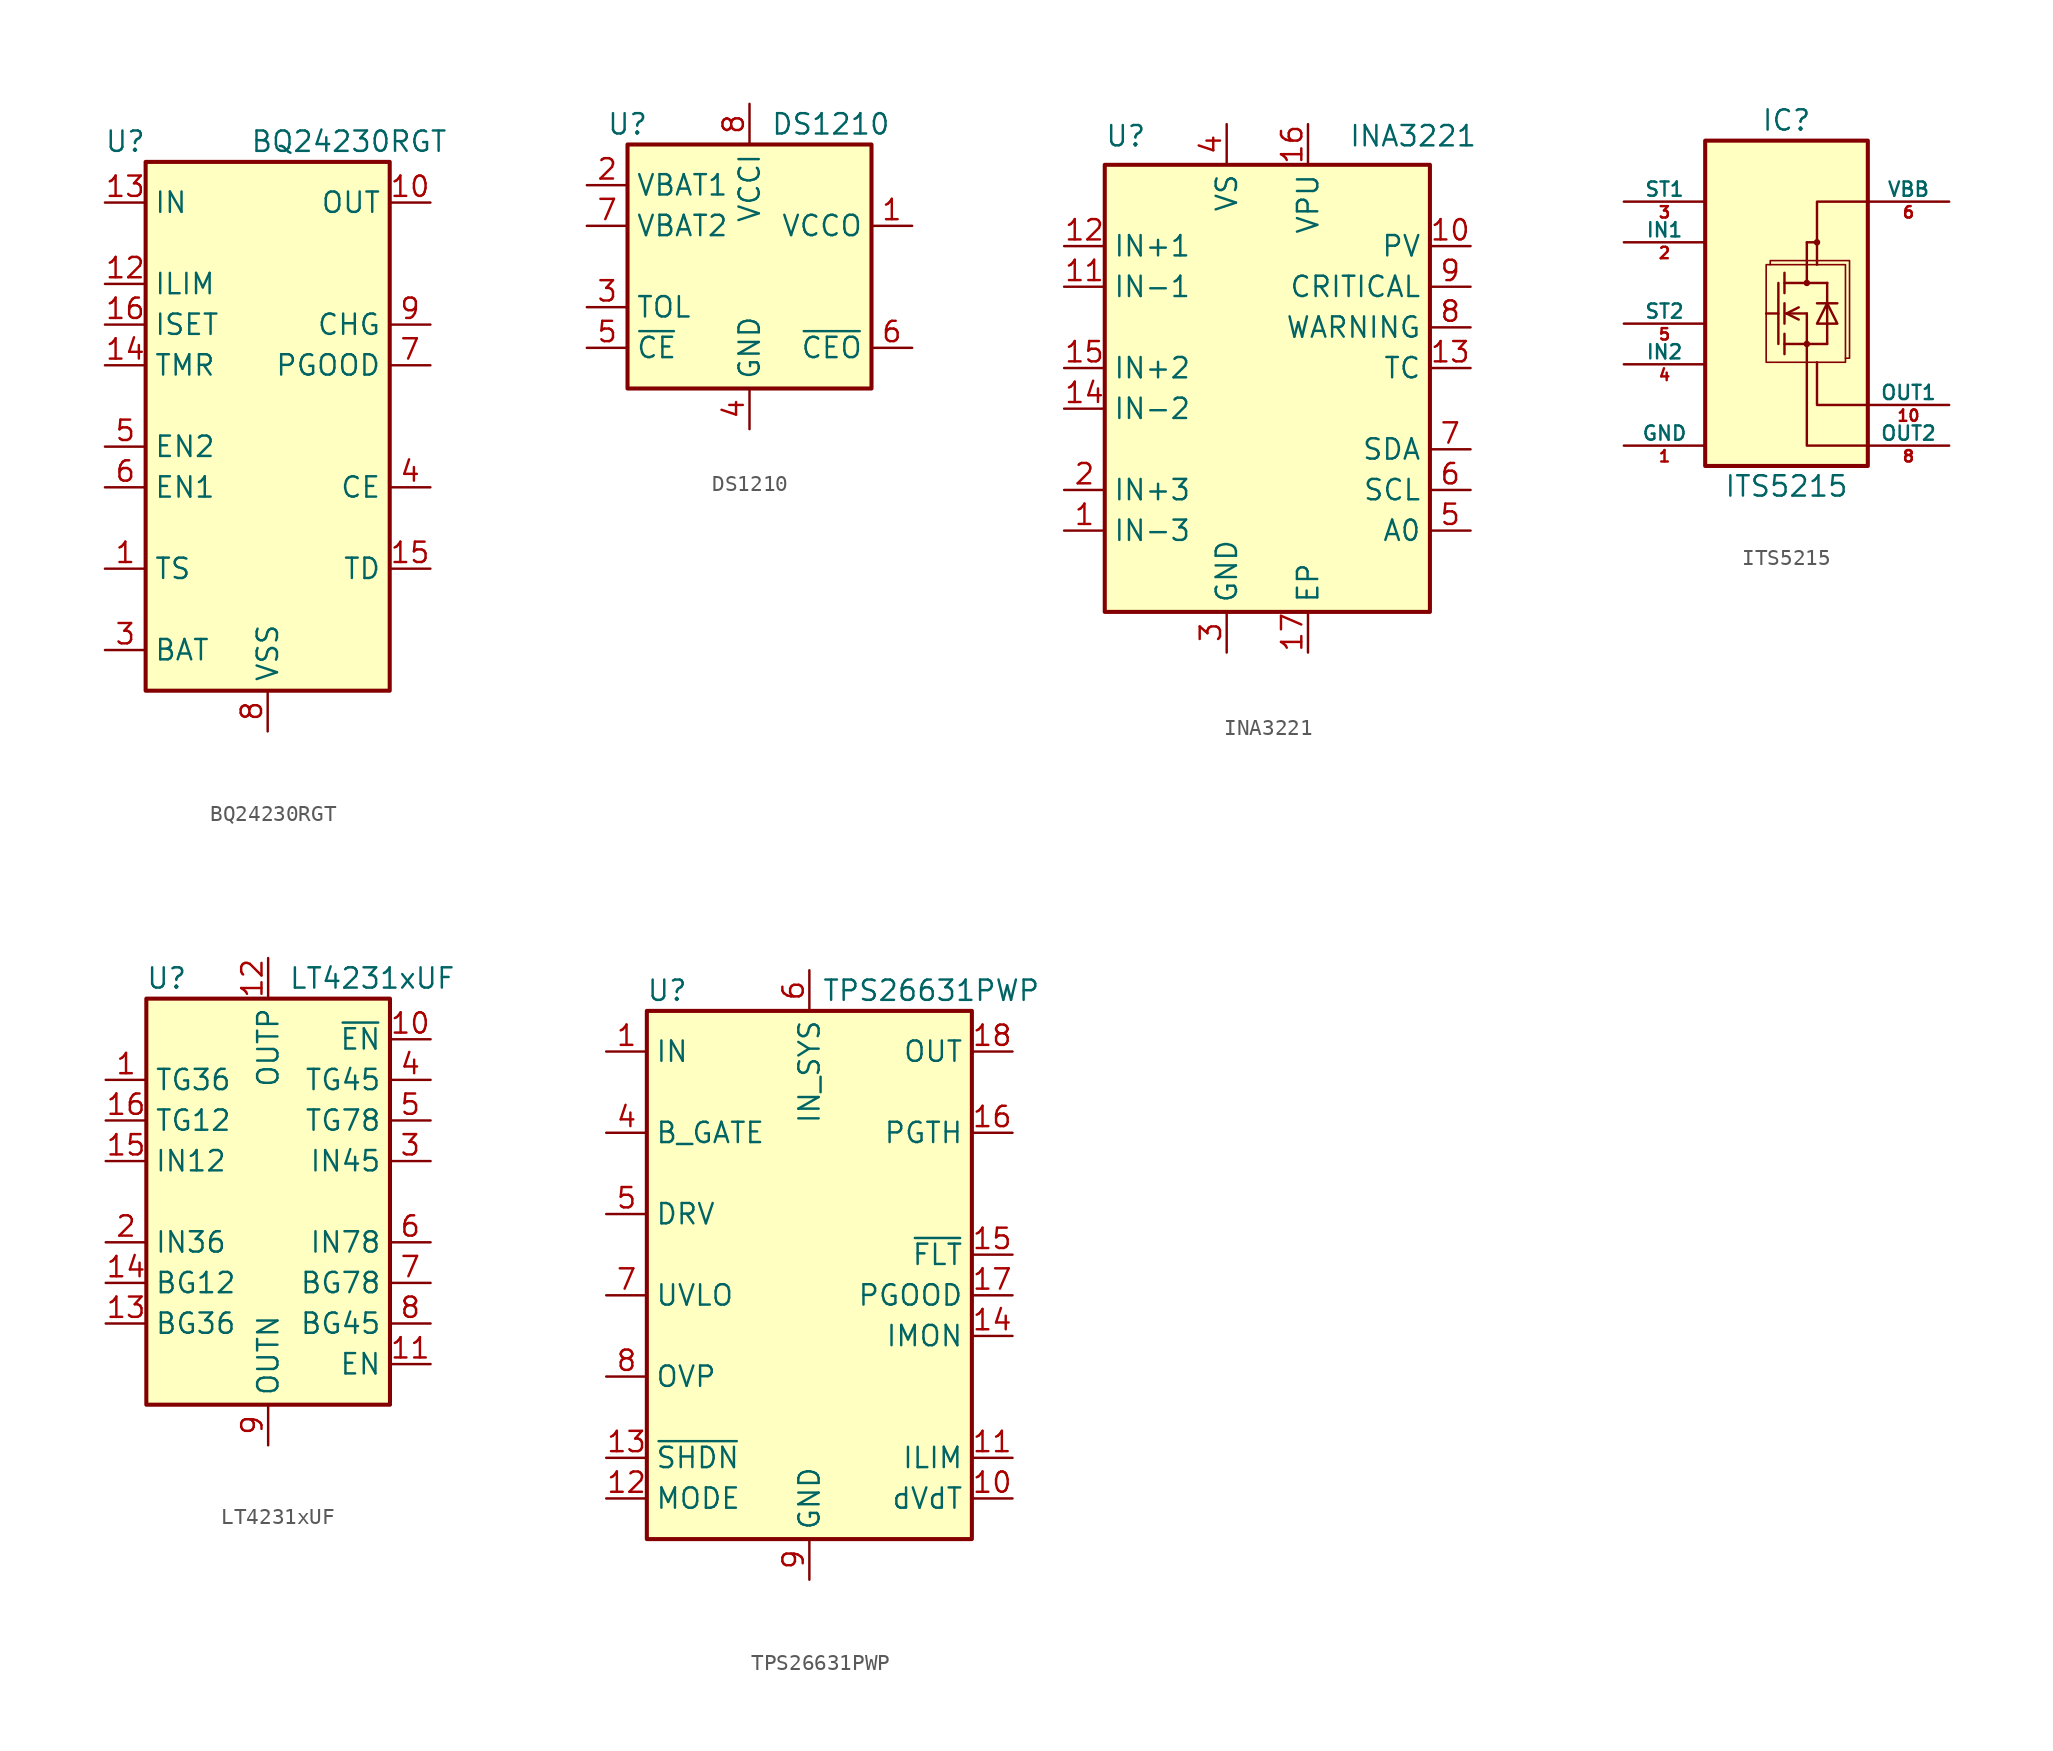
<source format=kicad_sym>
(kicad_symbol_lib
  (version 20201005)
  (generator kicad_symbol_editor)
  (symbol "Power_Management:BQ24230RGT"
    (property "Reference" "U"
      (at -8.89 19.05 0)
      (effects (font (size 1.27 1.27))))
    (property "Value" "BQ24230RGT"
      (at 5.08 19.05 0)
      (effects (font (size 1.27 1.27))))
    (symbol "BQ24230RGT_0_1"
      (rectangle (start -7.62 17.78) (end 7.62 -15.24) (stroke (width 0.254)) (fill (type background))))
    (symbol "BQ24230RGT_1_1"
      (pin passive line (at -10.16 -7.62 0) (length 2.54) (name "TS" (effects (font (size 1.27 1.27)))) (number "1" (effects (font (size 1.27 1.27)))))
      (pin power_out line (at 10.16 15.24 180) (length 2.54) (name "OUT" (effects (font (size 1.27 1.27)))) (number "10" (effects (font (size 1.27 1.27)))))
      (pin passive line (at 10.16 15.24 180) (length 2.54) hide (name "OUT" (effects (font (size 1.27 1.27)))) (number "11" (effects (font (size 1.27 1.27)))))
      (pin passive line (at -10.16 10.16 0) (length 2.54) (name "ILIM" (effects (font (size 1.27 1.27)))) (number "12" (effects (font (size 1.27 1.27)))))
      (pin power_in line (at -10.16 15.24 0) (length 2.54) (name "IN" (effects (font (size 1.27 1.27)))) (number "13" (effects (font (size 1.27 1.27)))))
      (pin passive line (at -10.16 5.08 0) (length 2.54) (name "TMR" (effects (font (size 1.27 1.27)))) (number "14" (effects (font (size 1.27 1.27)))))
      (pin input line (at 10.16 -7.62 180) (length 2.54) (name "TD" (effects (font (size 1.27 1.27)))) (number "15" (effects (font (size 1.27 1.27)))))
      (pin passive line (at -10.16 7.62 0) (length 2.54) (name "ISET" (effects (font (size 1.27 1.27)))) (number "16" (effects (font (size 1.27 1.27)))))
      (pin passive line (at 0 -17.78 90) (length 2.54) hide (name "VSS" (effects (font (size 1.27 1.27)))) (number "17" (effects (font (size 1.27 1.27)))))
      (pin bidirectional line (at -10.16 -12.7 0) (length 2.54) hide (name "BAT" (effects (font (size 1.27 1.27)))) (number "2" (effects (font (size 1.27 1.27)))))
      (pin bidirectional line (at -10.16 -12.7 0) (length 2.54) (name "BAT" (effects (font (size 1.27 1.27)))) (number "3" (effects (font (size 1.27 1.27)))))
      (pin input line (at 10.16 -2.54 180) (length 2.54) (name "CE" (effects (font (size 1.27 1.27)))) (number "4" (effects (font (size 1.27 1.27)))))
      (pin input line (at -10.16 0 0) (length 2.54) (name "EN2" (effects (font (size 1.27 1.27)))) (number "5" (effects (font (size 1.27 1.27)))))
      (pin input line (at -10.16 -2.54 0) (length 2.54) (name "EN1" (effects (font (size 1.27 1.27)))) (number "6" (effects (font (size 1.27 1.27)))))
      (pin open_collector line (at 10.16 5.08 180) (length 2.54) (name "PGOOD" (effects (font (size 1.27 1.27)))) (number "7" (effects (font (size 1.27 1.27)))))
      (pin power_in line (at 0 -17.78 90) (length 2.54) (name "VSS" (effects (font (size 1.27 1.27)))) (number "8" (effects (font (size 1.27 1.27)))))
      (pin open_collector line (at 10.16 7.62 180) (length 2.54) (name "CHG" (effects (font (size 1.27 1.27)))) (number "9" (effects (font (size 1.27 1.27)))))))
  (symbol "Power_Management:DS1210"
    (property "Reference" "U"
      (at -7.62 8.89 0)
      (effects (font (size 1.27 1.27))))
    (property "Value" "DS1210"
      (at 5.08 8.89 0)
      (effects (font (size 1.27 1.27))))
    (symbol "DS1210_0_1"
      (rectangle (start -7.62 7.62) (end 7.62 -7.62) (stroke (width 0.254)) (fill (type background))))
    (symbol "DS1210_1_1"
      (pin power_out line (at 10.16 2.54 180) (length 2.54) (name "VCCO" (effects (font (size 1.27 1.27)))) (number "1" (effects (font (size 1.27 1.27)))))
      (pin power_in line (at -10.16 5.08 0) (length 2.54) (name "VBAT1" (effects (font (size 1.27 1.27)))) (number "2" (effects (font (size 1.27 1.27)))))
      (pin input line (at -10.16 -2.54 0) (length 2.54) (name "TOL" (effects (font (size 1.27 1.27)))) (number "3" (effects (font (size 1.27 1.27)))))
      (pin power_in line (at 0 -10.16 90) (length 2.54) (name "GND" (effects (font (size 1.27 1.27)))) (number "4" (effects (font (size 1.27 1.27)))))
      (pin input line (at -10.16 -5.08 0) (length 2.54) (name "~CE" (effects (font (size 1.27 1.27)))) (number "5" (effects (font (size 1.27 1.27)))))
      (pin output line (at 10.16 -5.08 180) (length 2.54) (name "~CEO" (effects (font (size 1.27 1.27)))) (number "6" (effects (font (size 1.27 1.27)))))
      (pin power_in line (at -10.16 2.54 0) (length 2.54) (name "VBAT2" (effects (font (size 1.27 1.27)))) (number "7" (effects (font (size 1.27 1.27)))))
      (pin power_in line (at 0 10.16 270) (length 2.54) (name "VCCI" (effects (font (size 1.27 1.27)))) (number "8" (effects (font (size 1.27 1.27)))))))
  (symbol "Power_Management:INA3221"
    (property "Reference" "U"
      (at -10.16 17.78 0)
      (effects (font (size 1.27 1.27)) (justify left top)))
    (property "Value" "INA3221"
      (at 5.08 17.78 0)
      (effects (font (size 1.27 1.27)) (justify left top)))
    (symbol "INA3221_0_1"
      (rectangle (start 10.16 -12.7) (end -10.16 15.24) (stroke (width 0.254)) (fill (type background))))
    (symbol "INA3221_1_1"
      (pin input line (at -12.7 -7.62 0) (length 2.54) (name "IN-3" (effects (font (size 1.27 1.27)))) (number "1" (effects (font (size 1.27 1.27)))))
      (pin open_collector line (at 12.7 10.16 180) (length 2.54) (name "PV" (effects (font (size 1.27 1.27)))) (number "10" (effects (font (size 1.27 1.27)))))
      (pin input line (at -12.7 7.62 0) (length 2.54) (name "IN-1" (effects (font (size 1.27 1.27)))) (number "11" (effects (font (size 1.27 1.27)))))
      (pin input line (at -12.7 10.16 0) (length 2.54) (name "IN+1" (effects (font (size 1.27 1.27)))) (number "12" (effects (font (size 1.27 1.27)))))
      (pin open_collector line (at 12.7 2.54 180) (length 2.54) (name "TC" (effects (font (size 1.27 1.27)))) (number "13" (effects (font (size 1.27 1.27)))))
      (pin input line (at -12.7 0 0) (length 2.54) (name "IN-2" (effects (font (size 1.27 1.27)))) (number "14" (effects (font (size 1.27 1.27)))))
      (pin input line (at -12.7 2.54 0) (length 2.54) (name "IN+2" (effects (font (size 1.27 1.27)))) (number "15" (effects (font (size 1.27 1.27)))))
      (pin power_in line (at 2.54 17.78 270) (length 2.54) (name "VPU" (effects (font (size 1.27 1.27)))) (number "16" (effects (font (size 1.27 1.27)))))
      (pin passive line (at 2.54 -15.24 90) (length 2.54) (name "EP" (effects (font (size 1.27 1.27)))) (number "17" (effects (font (size 1.27 1.27)))))
      (pin input line (at -12.7 -5.08 0) (length 2.54) (name "IN+3" (effects (font (size 1.27 1.27)))) (number "2" (effects (font (size 1.27 1.27)))))
      (pin power_in line (at -2.54 -15.24 90) (length 2.54) (name "GND" (effects (font (size 1.27 1.27)))) (number "3" (effects (font (size 1.27 1.27)))))
      (pin power_in line (at -2.54 17.78 270) (length 2.54) (name "VS" (effects (font (size 1.27 1.27)))) (number "4" (effects (font (size 1.27 1.27)))))
      (pin input line (at 12.7 -7.62 180) (length 2.54) (name "A0" (effects (font (size 1.27 1.27)))) (number "5" (effects (font (size 1.27 1.27)))))
      (pin input line (at 12.7 -5.08 180) (length 2.54) (name "SCL" (effects (font (size 1.27 1.27)))) (number "6" (effects (font (size 1.27 1.27)))))
      (pin bidirectional line (at 12.7 -2.54 180) (length 2.54) (name "SDA" (effects (font (size 1.27 1.27)))) (number "7" (effects (font (size 1.27 1.27)))))
      (pin open_collector line (at 12.7 5.08 180) (length 2.54) (name "WARNING" (effects (font (size 1.27 1.27)))) (number "8" (effects (font (size 1.27 1.27)))))
      (pin open_collector line (at 12.7 7.62 180) (length 2.54) (name "CRITICAL" (effects (font (size 1.27 1.27)))) (number "9" (effects (font (size 1.27 1.27)))))))
  (symbol "Power_Management:ITS5215"
    (pin_names
      (offset 0))
    (property "Reference" "IC"
      (at 0 12.7 0)
      (effects (font (size 1.27 1.27))))
    (property "Value" "ITS5215"
      (at 0 -10.16 0)
      (effects (font (size 1.27 1.27))))
    (symbol "ITS5215_0_1"
      (circle (center 1.27 -1.27) (radius 0.127) (stroke (width 0.152)) (fill (type none)))
      (circle (center 1.27 2.54) (radius 0.127) (stroke (width 0.152)) (fill (type none)))
      (circle (center 1.905 5.08) (radius 0.127) (stroke (width 0.152)) (fill (type none)))
      (rectangle (start -1.27 3.683) (end 3.683 -2.413) (stroke (width 0.102)) (fill (type none)))
      (rectangle (start -5.08 11.43) (end 5.08 -8.89) (stroke (width 0.254)) (fill (type background)))
      (polyline (pts (xy -1.27 0.635) (xy -0.508 0.635)) (stroke (width 0.152)) (fill (type none)))
      (polyline (pts (xy -0.508 2.54) (xy -0.508 -1.27)) (stroke (width 0.152)) (fill (type none)))
      (polyline (pts (xy -0.127 -1.27) (xy 2.54 -1.27)) (stroke (width 0.152)) (fill (type none)))
      (polyline (pts (xy -0.127 -0.635) (xy -0.127 -1.905)) (stroke (width 0.152)) (fill (type none)))
      (polyline (pts (xy -0.127 1.27) (xy -0.127 0)) (stroke (width 0.152)) (fill (type none)))
      (polyline (pts (xy -0.127 3.175) (xy -0.127 1.905)) (stroke (width 0.152)) (fill (type none)))
      (polyline (pts (xy 0 0.635) (xy 0.762 0.254)) (stroke (width 0.152)) (fill (type none)))
      (polyline (pts (xy 0 0.635) (xy 0.762 1.016)) (stroke (width 0.152)) (fill (type none)))
      (polyline (pts (xy 0 0.635) (xy 1.27 0.635)) (stroke (width 0.152)) (fill (type none)))
      (polyline (pts (xy 1.27 2.54) (xy 1.27 5.08)) (stroke (width 0)) (fill (type none)))
      (polyline (pts (xy 1.905 1.27) (xy 3.175 1.27)) (stroke (width 0.152)) (fill (type none)))
      (polyline (pts (xy 2.54 2.54) (xy -0.127 2.54)) (stroke (width 0.152)) (fill (type none)))
      (polyline (pts (xy 2.54 2.54) (xy 2.54 -1.27)) (stroke (width 0.152)) (fill (type none)))
      (polyline (pts (xy 2.54 2.54) (xy 2.54 2.54)) (stroke (width 0)) (fill (type none)))
      (polyline (pts (xy 1.27 0.635) (xy 1.27 0) (xy 1.27 -1.27)) (stroke (width 0.152)) (fill (type none)))
      (polyline (pts (xy 1.27 5.08) (xy 1.905 5.08) (xy 1.905 3.683)) (stroke (width 0.152)) (fill (type none)))
      (polyline (pts (xy 1.905 -2.413) (xy 1.905 -5.08) (xy 5.08 -5.08)) (stroke (width 0.152)) (fill (type none)))
      (polyline (pts (xy 5.08 -7.62) (xy 1.27 -7.62) (xy 1.27 -1.27)) (stroke (width 0.152)) (fill (type none)))
      (polyline (pts (xy 5.08 7.62) (xy 1.905 7.62) (xy 1.905 5.08)) (stroke (width 0.152)) (fill (type none)))
      (polyline (pts (xy 2.54 1.27) (xy 1.905 0) (xy 3.175 0) (xy 2.54 1.27)) (stroke (width 0.152)) (fill (type none)))
      (polyline (pts (xy -1.016 3.683) (xy -1.016 3.937) (xy 3.937 3.937) (xy 3.937 -2.159) (xy 3.683 -2.159)) (stroke (width 0.102)) (fill (type none))))
    (symbol "ITS5215_1_1"
      (pin power_in line (at -10.16 -7.62 0) (length 5.08) (name "GND" (effects (font (size 0.889 0.889)))) (number "1" (effects (font (size 0.711 0.711)))))
      (pin open_emitter line (at 10.16 -5.08 180) (length 5.08) (name "OUT1" (effects (font (size 0.889 0.889)))) (number "10" (effects (font (size 0.711 0.711)))))
      (pin no_connect line (at 5.08 -2.54 180) (length 5.08) hide (name "NC" (effects (font (size 0.889 0.889)))) (number "11" (effects (font (size 0.711 0.711)))))
      (pin passive line (at 10.16 7.62 180) (length 5.08) hide (name "VBB" (effects (font (size 0.889 0.889)))) (number "12" (effects (font (size 0.711 0.711)))))
      (pin passive line (at 10.16 7.62 180) (length 5.08) hide (name "VBB" (effects (font (size 0.889 0.889)))) (number "13" (effects (font (size 0.711 0.711)))))
      (pin input line (at -10.16 5.08 0) (length 5.08) (name "IN1" (effects (font (size 0.889 0.889)))) (number "2" (effects (font (size 0.711 0.711)))))
      (pin open_collector line (at -10.16 7.62 0) (length 5.08) (name "ST1" (effects (font (size 0.889 0.889)))) (number "3" (effects (font (size 0.711 0.711)))))
      (pin input line (at -10.16 -2.54 0) (length 5.08) (name "IN2" (effects (font (size 0.889 0.889)))) (number "4" (effects (font (size 0.711 0.711)))))
      (pin open_collector line (at -10.16 0 0) (length 5.08) (name "ST2" (effects (font (size 0.889 0.889)))) (number "5" (effects (font (size 0.711 0.711)))))
      (pin power_in line (at 10.16 7.62 180) (length 5.08) (name "VBB" (effects (font (size 0.889 0.889)))) (number "6" (effects (font (size 0.711 0.711)))))
      (pin no_connect line (at 5.08 2.54 180) (length 5.08) hide (name "NC" (effects (font (size 0.889 0.889)))) (number "7" (effects (font (size 0.711 0.711)))))
      (pin open_emitter line (at 10.16 -7.62 180) (length 5.08) (name "OUT2" (effects (font (size 0.889 0.889)))) (number "8" (effects (font (size 0.711 0.711)))))
      (pin no_connect line (at 5.08 0 180) (length 5.08) hide (name "NC" (effects (font (size 0.889 0.889)))) (number "9" (effects (font (size 0.711 0.711)))))))
  (symbol "Power_Management:LT4231xUF"
    (property "Reference" "U"
      (at -6.35 13.97 0)
      (effects (font (size 1.27 1.27))))
    (property "Value" "LT4231xUF"
      (at 1.27 13.97 0)
      (effects (font (size 1.27 1.27)) (justify left)))
    (symbol "LT4231xUF_0_1"
      (rectangle (start -7.62 12.7) (end 7.62 -12.7) (stroke (width 0.254)) (fill (type background))))
    (symbol "LT4231xUF_1_1"
      (pin output line (at -10.16 7.62 0) (length 2.54) (name "TG36" (effects (font (size 1.27 1.27)))) (number "1" (effects (font (size 1.27 1.27)))))
      (pin output line (at 10.16 10.16 180) (length 2.54) (name "~EN" (effects (font (size 1.27 1.27)))) (number "10" (effects (font (size 1.27 1.27)))))
      (pin output line (at 10.16 -10.16 180) (length 2.54) (name "EN" (effects (font (size 1.27 1.27)))) (number "11" (effects (font (size 1.27 1.27)))))
      (pin power_in line (at 0 15.24 270) (length 2.54) (name "OUTP" (effects (font (size 1.27 1.27)))) (number "12" (effects (font (size 1.27 1.27)))))
      (pin output line (at -10.16 -7.62 0) (length 2.54) (name "BG36" (effects (font (size 1.27 1.27)))) (number "13" (effects (font (size 1.27 1.27)))))
      (pin output line (at -10.16 -5.08 0) (length 2.54) (name "BG12" (effects (font (size 1.27 1.27)))) (number "14" (effects (font (size 1.27 1.27)))))
      (pin power_in line (at -10.16 2.54 0) (length 2.54) (name "IN12" (effects (font (size 1.27 1.27)))) (number "15" (effects (font (size 1.27 1.27)))))
      (pin output line (at -10.16 5.08 0) (length 2.54) (name "TG12" (effects (font (size 1.27 1.27)))) (number "16" (effects (font (size 1.27 1.27)))))
      (pin passive line (at 0 -15.24 90) (length 2.54) hide (name "OUTN" (effects (font (size 1.27 1.27)))) (number "17" (effects (font (size 1.27 1.27)))))
      (pin power_in line (at -10.16 -2.54 0) (length 2.54) (name "IN36" (effects (font (size 1.27 1.27)))) (number "2" (effects (font (size 1.27 1.27)))))
      (pin power_in line (at 10.16 2.54 180) (length 2.54) (name "IN45" (effects (font (size 1.27 1.27)))) (number "3" (effects (font (size 1.27 1.27)))))
      (pin output line (at 10.16 7.62 180) (length 2.54) (name "TG45" (effects (font (size 1.27 1.27)))) (number "4" (effects (font (size 1.27 1.27)))))
      (pin output line (at 10.16 5.08 180) (length 2.54) (name "TG78" (effects (font (size 1.27 1.27)))) (number "5" (effects (font (size 1.27 1.27)))))
      (pin power_in line (at 10.16 -2.54 180) (length 2.54) (name "IN78" (effects (font (size 1.27 1.27)))) (number "6" (effects (font (size 1.27 1.27)))))
      (pin output line (at 10.16 -5.08 180) (length 2.54) (name "BG78" (effects (font (size 1.27 1.27)))) (number "7" (effects (font (size 1.27 1.27)))))
      (pin output line (at 10.16 -7.62 180) (length 2.54) (name "BG45" (effects (font (size 1.27 1.27)))) (number "8" (effects (font (size 1.27 1.27)))))
      (pin power_in line (at 0 -15.24 90) (length 2.54) (name "OUTN" (effects (font (size 1.27 1.27)))) (number "9" (effects (font (size 1.27 1.27)))))))
  (symbol "Power_Management:TPS26631PWP"
    (property "Reference" "U"
      (at -8.89 16.51 0)
      (effects (font (size 1.27 1.27))))
    (property "Value" "TPS26631PWP"
      (at 7.62 16.51 0)
      (effects (font (size 1.27 1.27))))
    (symbol "TPS26631PWP_0_1"
      (rectangle (start -10.16 15.24) (end 10.16 -17.78) (stroke (width 0.254)) (fill (type background))))
    (symbol "TPS26631PWP_1_1"
      (pin power_in line (at -12.7 12.7 0) (length 2.54) (name "IN" (effects (font (size 1.27 1.27)))) (number "1" (effects (font (size 1.27 1.27)))))
      (pin passive line (at 12.7 -15.24 180) (length 2.54) (name "dVdT" (effects (font (size 1.27 1.27)))) (number "10" (effects (font (size 1.27 1.27)))))
      (pin passive line (at 12.7 -12.7 180) (length 2.54) (name "ILIM" (effects (font (size 1.27 1.27)))) (number "11" (effects (font (size 1.27 1.27)))))
      (pin input line (at -12.7 -15.24 0) (length 2.54) (name "MODE" (effects (font (size 1.27 1.27)))) (number "12" (effects (font (size 1.27 1.27)))))
      (pin input line (at -12.7 -12.7 0) (length 2.54) (name "~SHDN" (effects (font (size 1.27 1.27)))) (number "13" (effects (font (size 1.27 1.27)))))
      (pin output line (at 12.7 -5.08 180) (length 2.54) (name "IMON" (effects (font (size 1.27 1.27)))) (number "14" (effects (font (size 1.27 1.27)))))
      (pin open_collector line (at 12.7 0 180) (length 2.54) (name "~FLT" (effects (font (size 1.27 1.27)))) (number "15" (effects (font (size 1.27 1.27)))))
      (pin input line (at 12.7 7.62 180) (length 2.54) (name "PGTH" (effects (font (size 1.27 1.27)))) (number "16" (effects (font (size 1.27 1.27)))))
      (pin output line (at 12.7 -2.54 180) (length 2.54) (name "PGOOD" (effects (font (size 1.27 1.27)))) (number "17" (effects (font (size 1.27 1.27)))))
      (pin power_out line (at 12.7 12.7 180) (length 2.54) (name "OUT" (effects (font (size 1.27 1.27)))) (number "18" (effects (font (size 1.27 1.27)))))
      (pin passive line (at 12.7 12.7 180) (length 2.54) hide (name "OUT" (effects (font (size 1.27 1.27)))) (number "19" (effects (font (size 1.27 1.27)))))
      (pin passive line (at -12.7 12.7 0) (length 2.54) hide (name "IN" (effects (font (size 1.27 1.27)))) (number "2" (effects (font (size 1.27 1.27)))))
      (pin passive line (at 12.7 12.7 180) (length 2.54) hide (name "OUT" (effects (font (size 1.27 1.27)))) (number "20" (effects (font (size 1.27 1.27)))))
      (pin passive line (at 0 -20.32 90) (length 2.54) hide (name "GND" (effects (font (size 1.27 1.27)))) (number "21" (effects (font (size 1.27 1.27)))))
      (pin passive line (at -12.7 12.7 0) (length 2.54) hide (name "IN" (effects (font (size 1.27 1.27)))) (number "3" (effects (font (size 1.27 1.27)))))
      (pin output line (at -12.7 7.62 0) (length 2.54) (name "B_GATE" (effects (font (size 1.27 1.27)))) (number "4" (effects (font (size 1.27 1.27)))))
      (pin output line (at -12.7 2.54 0) (length 2.54) (name "DRV" (effects (font (size 1.27 1.27)))) (number "5" (effects (font (size 1.27 1.27)))))
      (pin power_in line (at 0 17.78 270) (length 2.54) (name "IN_SYS" (effects (font (size 1.27 1.27)))) (number "6" (effects (font (size 1.27 1.27)))))
      (pin input line (at -12.7 -2.54 0) (length 2.54) (name "UVLO" (effects (font (size 1.27 1.27)))) (number "7" (effects (font (size 1.27 1.27)))))
      (pin input line (at -12.7 -7.62 0) (length 2.54) (name "OVP" (effects (font (size 1.27 1.27)))) (number "8" (effects (font (size 1.27 1.27)))))
      (pin power_in line (at 0 -20.32 90) (length 2.54) (name "GND" (effects (font (size 1.27 1.27)))) (number "9" (effects (font (size 1.27 1.27))))))))
</source>
